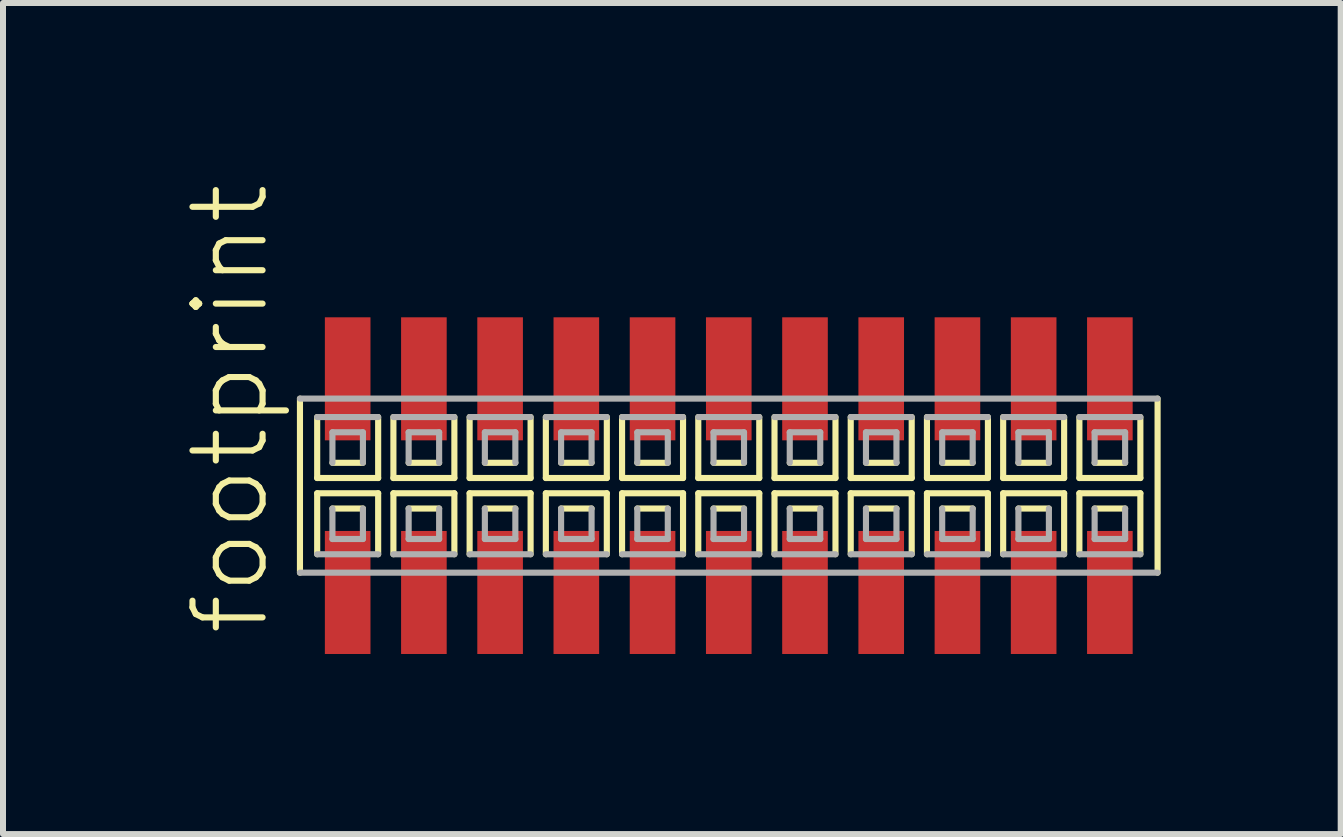
<source format=kicad_pcb>
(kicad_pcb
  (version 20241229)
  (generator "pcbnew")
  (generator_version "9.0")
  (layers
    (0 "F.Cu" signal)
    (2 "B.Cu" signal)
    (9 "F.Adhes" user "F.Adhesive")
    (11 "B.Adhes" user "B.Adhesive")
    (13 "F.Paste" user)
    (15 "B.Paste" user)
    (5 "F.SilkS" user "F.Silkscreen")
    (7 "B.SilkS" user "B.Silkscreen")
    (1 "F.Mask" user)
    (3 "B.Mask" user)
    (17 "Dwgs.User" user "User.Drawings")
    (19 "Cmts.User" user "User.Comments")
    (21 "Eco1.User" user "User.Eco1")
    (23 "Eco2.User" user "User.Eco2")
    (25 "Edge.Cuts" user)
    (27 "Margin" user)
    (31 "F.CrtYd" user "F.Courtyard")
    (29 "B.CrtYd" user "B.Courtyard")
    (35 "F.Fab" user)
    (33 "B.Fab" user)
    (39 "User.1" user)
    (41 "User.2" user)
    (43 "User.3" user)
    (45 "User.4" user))
  (footprint "footprint"
    (layer "F.Cu")
    (at 9.093 5.042)
    (property "Reference" "footprint" (at -7.62 2.54 90) (layer "F.SilkS") (effects (font (size 1.168 1.168) (thickness 0.102)) (justify left bottom)))
    (fp_line (start -7.145 -1.45) (end -7.145 1.45) (stroke (width 0.102) (type solid)) (layer "F.SilkS"))
    (fp_line (start -6.858 -1.143) (end -6.858 -0.127) (stroke (width 0.102) (type solid)) (layer "F.SilkS"))
    (fp_line (start -6.858 -0.127) (end -5.842 -0.127) (stroke (width 0.102) (type solid)) (layer "F.SilkS"))
    (fp_line (start -6.858 0.127) (end -6.858 1.143) (stroke (width 0.102) (type solid)) (layer "F.SilkS"))
    (fp_line (start -6.604 -0.381) (end -6.096 -0.381) (stroke (width 0.102) (type solid)) (layer "F.SilkS"))
    (fp_line (start -6.096 0.381) (end -6.604 0.381) (stroke (width 0.102) (type solid)) (layer "F.SilkS"))
    (fp_line (start -5.842 -0.127) (end -5.842 -1.143) (stroke (width 0.102) (type solid)) (layer "F.SilkS"))
    (fp_line (start -5.842 0.127) (end -6.858 0.127) (stroke (width 0.102) (type solid)) (layer "F.SilkS"))
    (fp_line (start -5.842 1.143) (end -5.842 0.127) (stroke (width 0.102) (type solid)) (layer "F.SilkS"))
    (fp_line (start -5.588 -1.143) (end -5.588 -0.127) (stroke (width 0.102) (type solid)) (layer "F.SilkS"))
    (fp_line (start -5.588 -0.127) (end -4.572 -0.127) (stroke (width 0.102) (type solid)) (layer "F.SilkS"))
    (fp_line (start -5.588 0.127) (end -5.588 1.143) (stroke (width 0.102) (type solid)) (layer "F.SilkS"))
    (fp_line (start -5.334 -0.381) (end -4.826 -0.381) (stroke (width 0.102) (type solid)) (layer "F.SilkS"))
    (fp_line (start -4.826 0.381) (end -5.334 0.381) (stroke (width 0.102) (type solid)) (layer "F.SilkS"))
    (fp_line (start -4.572 -0.127) (end -4.572 -1.143) (stroke (width 0.102) (type solid)) (layer "F.SilkS"))
    (fp_line (start -4.572 0.127) (end -5.588 0.127) (stroke (width 0.102) (type solid)) (layer "F.SilkS"))
    (fp_line (start -4.572 1.143) (end -4.572 0.127) (stroke (width 0.102) (type solid)) (layer "F.SilkS"))
    (fp_line (start -4.318 -1.143) (end -4.318 -0.127) (stroke (width 0.102) (type solid)) (layer "F.SilkS"))
    (fp_line (start -4.318 -0.127) (end -3.302 -0.127) (stroke (width 0.102) (type solid)) (layer "F.SilkS"))
    (fp_line (start -4.318 0.127) (end -4.318 1.143) (stroke (width 0.102) (type solid)) (layer "F.SilkS"))
    (fp_line (start -4.064 -0.381) (end -3.556 -0.381) (stroke (width 0.102) (type solid)) (layer "F.SilkS"))
    (fp_line (start -3.556 0.381) (end -4.064 0.381) (stroke (width 0.102) (type solid)) (layer "F.SilkS"))
    (fp_line (start -3.302 -0.127) (end -3.302 -1.143) (stroke (width 0.102) (type solid)) (layer "F.SilkS"))
    (fp_line (start -3.302 0.127) (end -4.318 0.127) (stroke (width 0.102) (type solid)) (layer "F.SilkS"))
    (fp_line (start -3.302 1.143) (end -3.302 0.127) (stroke (width 0.102) (type solid)) (layer "F.SilkS"))
    (fp_line (start -3.048 -1.143) (end -3.048 -0.127) (stroke (width 0.102) (type solid)) (layer "F.SilkS"))
    (fp_line (start -3.048 -0.127) (end -2.032 -0.127) (stroke (width 0.102) (type solid)) (layer "F.SilkS"))
    (fp_line (start -3.048 0.127) (end -3.048 1.143) (stroke (width 0.102) (type solid)) (layer "F.SilkS"))
    (fp_line (start -2.794 -0.381) (end -2.286 -0.381) (stroke (width 0.102) (type solid)) (layer "F.SilkS"))
    (fp_line (start -2.286 0.381) (end -2.794 0.381) (stroke (width 0.102) (type solid)) (layer "F.SilkS"))
    (fp_line (start -2.032 -0.127) (end -2.032 -1.143) (stroke (width 0.102) (type solid)) (layer "F.SilkS"))
    (fp_line (start -2.032 0.127) (end -3.048 0.127) (stroke (width 0.102) (type solid)) (layer "F.SilkS"))
    (fp_line (start -2.032 1.143) (end -2.032 0.127) (stroke (width 0.102) (type solid)) (layer "F.SilkS"))
    (fp_line (start -1.778 -1.143) (end -1.778 -0.127) (stroke (width 0.102) (type solid)) (layer "F.SilkS"))
    (fp_line (start -1.778 -0.127) (end -0.762 -0.127) (stroke (width 0.102) (type solid)) (layer "F.SilkS"))
    (fp_line (start -1.778 0.127) (end -1.778 1.143) (stroke (width 0.102) (type solid)) (layer "F.SilkS"))
    (fp_line (start -1.524 -0.381) (end -1.016 -0.381) (stroke (width 0.102) (type solid)) (layer "F.SilkS"))
    (fp_line (start -1.016 0.381) (end -1.524 0.381) (stroke (width 0.102) (type solid)) (layer "F.SilkS"))
    (fp_line (start -0.762 -0.127) (end -0.762 -1.143) (stroke (width 0.102) (type solid)) (layer "F.SilkS"))
    (fp_line (start -0.762 0.127) (end -1.778 0.127) (stroke (width 0.102) (type solid)) (layer "F.SilkS"))
    (fp_line (start -0.762 1.143) (end -0.762 0.127) (stroke (width 0.102) (type solid)) (layer "F.SilkS"))
    (fp_line (start -0.508 -1.143) (end -0.508 -0.127) (stroke (width 0.102) (type solid)) (layer "F.SilkS"))
    (fp_line (start -0.508 -0.127) (end 0.508 -0.127) (stroke (width 0.102) (type solid)) (layer "F.SilkS"))
    (fp_line (start -0.508 0.127) (end -0.508 1.143) (stroke (width 0.102) (type solid)) (layer "F.SilkS"))
    (fp_line (start -0.254 -0.381) (end 0.254 -0.381) (stroke (width 0.102) (type solid)) (layer "F.SilkS"))
    (fp_line (start 0.254 0.381) (end -0.254 0.381) (stroke (width 0.102) (type solid)) (layer "F.SilkS"))
    (fp_line (start 0.508 -0.127) (end 0.508 -1.143) (stroke (width 0.102) (type solid)) (layer "F.SilkS"))
    (fp_line (start 0.508 0.127) (end -0.508 0.127) (stroke (width 0.102) (type solid)) (layer "F.SilkS"))
    (fp_line (start 0.508 1.143) (end 0.508 0.127) (stroke (width 0.102) (type solid)) (layer "F.SilkS"))
    (fp_line (start 0.762 -1.143) (end 0.762 -0.127) (stroke (width 0.102) (type solid)) (layer "F.SilkS"))
    (fp_line (start 0.762 -0.127) (end 1.778 -0.127) (stroke (width 0.102) (type solid)) (layer "F.SilkS"))
    (fp_line (start 0.762 0.127) (end 0.762 1.143) (stroke (width 0.102) (type solid)) (layer "F.SilkS"))
    (fp_line (start 1.016 -0.381) (end 1.524 -0.381) (stroke (width 0.102) (type solid)) (layer "F.SilkS"))
    (fp_line (start 1.524 0.381) (end 1.016 0.381) (stroke (width 0.102) (type solid)) (layer "F.SilkS"))
    (fp_line (start 1.778 -0.127) (end 1.778 -1.143) (stroke (width 0.102) (type solid)) (layer "F.SilkS"))
    (fp_line (start 1.778 0.127) (end 0.762 0.127) (stroke (width 0.102) (type solid)) (layer "F.SilkS"))
    (fp_line (start 1.778 1.143) (end 1.778 0.127) (stroke (width 0.102) (type solid)) (layer "F.SilkS"))
    (fp_line (start 2.032 -1.143) (end 2.032 -0.127) (stroke (width 0.102) (type solid)) (layer "F.SilkS"))
    (fp_line (start 2.032 -0.127) (end 3.048 -0.127) (stroke (width 0.102) (type solid)) (layer "F.SilkS"))
    (fp_line (start 2.032 0.127) (end 2.032 1.143) (stroke (width 0.102) (type solid)) (layer "F.SilkS"))
    (fp_line (start 2.286 -0.381) (end 2.794 -0.381) (stroke (width 0.102) (type solid)) (layer "F.SilkS"))
    (fp_line (start 2.794 0.381) (end 2.286 0.381) (stroke (width 0.102) (type solid)) (layer "F.SilkS"))
    (fp_line (start 3.048 -0.127) (end 3.048 -1.143) (stroke (width 0.102) (type solid)) (layer "F.SilkS"))
    (fp_line (start 3.048 0.127) (end 2.032 0.127) (stroke (width 0.102) (type solid)) (layer "F.SilkS"))
    (fp_line (start 3.048 1.143) (end 3.048 0.127) (stroke (width 0.102) (type solid)) (layer "F.SilkS"))
    (fp_line (start 3.302 -1.143) (end 3.302 -0.127) (stroke (width 0.102) (type solid)) (layer "F.SilkS"))
    (fp_line (start 3.302 -0.127) (end 4.318 -0.127) (stroke (width 0.102) (type solid)) (layer "F.SilkS"))
    (fp_line (start 3.302 0.127) (end 3.302 1.143) (stroke (width 0.102) (type solid)) (layer "F.SilkS"))
    (fp_line (start 3.556 -0.381) (end 4.064 -0.381) (stroke (width 0.102) (type solid)) (layer "F.SilkS"))
    (fp_line (start 4.064 0.381) (end 3.556 0.381) (stroke (width 0.102) (type solid)) (layer "F.SilkS"))
    (fp_line (start 4.318 -0.127) (end 4.318 -1.143) (stroke (width 0.102) (type solid)) (layer "F.SilkS"))
    (fp_line (start 4.318 0.127) (end 3.302 0.127) (stroke (width 0.102) (type solid)) (layer "F.SilkS"))
    (fp_line (start 4.318 1.143) (end 4.318 0.127) (stroke (width 0.102) (type solid)) (layer "F.SilkS"))
    (fp_line (start 4.572 -1.143) (end 4.572 -0.127) (stroke (width 0.102) (type solid)) (layer "F.SilkS"))
    (fp_line (start 4.572 -0.127) (end 5.588 -0.127) (stroke (width 0.102) (type solid)) (layer "F.SilkS"))
    (fp_line (start 4.572 0.127) (end 4.572 1.143) (stroke (width 0.102) (type solid)) (layer "F.SilkS"))
    (fp_line (start 4.826 -0.381) (end 5.334 -0.381) (stroke (width 0.102) (type solid)) (layer "F.SilkS"))
    (fp_line (start 5.334 0.381) (end 4.826 0.381) (stroke (width 0.102) (type solid)) (layer "F.SilkS"))
    (fp_line (start 5.588 -0.127) (end 5.588 -1.143) (stroke (width 0.102) (type solid)) (layer "F.SilkS"))
    (fp_line (start 5.588 0.127) (end 4.572 0.127) (stroke (width 0.102) (type solid)) (layer "F.SilkS"))
    (fp_line (start 5.588 1.143) (end 5.588 0.127) (stroke (width 0.102) (type solid)) (layer "F.SilkS"))
    (fp_line (start 5.842 -1.143) (end 5.842 -0.127) (stroke (width 0.102) (type solid)) (layer "F.SilkS"))
    (fp_line (start 5.842 -0.127) (end 6.858 -0.127) (stroke (width 0.102) (type solid)) (layer "F.SilkS"))
    (fp_line (start 5.842 0.127) (end 5.842 1.143) (stroke (width 0.102) (type solid)) (layer "F.SilkS"))
    (fp_line (start 6.096 -0.381) (end 6.604 -0.381) (stroke (width 0.102) (type solid)) (layer "F.SilkS"))
    (fp_line (start 6.604 0.381) (end 6.096 0.381) (stroke (width 0.102) (type solid)) (layer "F.SilkS"))
    (fp_line (start 6.858 -0.127) (end 6.858 -1.143) (stroke (width 0.102) (type solid)) (layer "F.SilkS"))
    (fp_line (start 6.858 0.127) (end 5.842 0.127) (stroke (width 0.102) (type solid)) (layer "F.SilkS"))
    (fp_line (start 6.858 1.143) (end 6.858 0.127) (stroke (width 0.102) (type solid)) (layer "F.SilkS"))
    (fp_line (start 7.145 1.45) (end 7.145 -1.45) (stroke (width 0.102) (type solid)) (layer "F.SilkS"))
    (fp_line (start -7.145 1.45) (end 7.145 1.45) (stroke (width 0.102) (type solid)) (layer "F.Fab"))
    (fp_line (start -6.858 1.143) (end -5.842 1.143) (stroke (width 0.102) (type solid)) (layer "F.Fab"))
    (fp_line (start -6.604 -0.889) (end -6.604 -0.381) (stroke (width 0.102) (type solid)) (layer "F.Fab"))
    (fp_line (start -6.604 0.381) (end -6.604 0.889) (stroke (width 0.102) (type solid)) (layer "F.Fab"))
    (fp_line (start -6.604 0.889) (end -6.096 0.889) (stroke (width 0.102) (type solid)) (layer "F.Fab"))
    (fp_line (start -6.096 -0.889) (end -6.604 -0.889) (stroke (width 0.102) (type solid)) (layer "F.Fab"))
    (fp_line (start -6.096 -0.381) (end -6.096 -0.889) (stroke (width 0.102) (type solid)) (layer "F.Fab"))
    (fp_line (start -6.096 0.889) (end -6.096 0.381) (stroke (width 0.102) (type solid)) (layer "F.Fab"))
    (fp_line (start -5.842 -1.143) (end -6.858 -1.143) (stroke (width 0.102) (type solid)) (layer "F.Fab"))
    (fp_line (start -5.588 1.143) (end -4.572 1.143) (stroke (width 0.102) (type solid)) (layer "F.Fab"))
    (fp_line (start -5.334 -0.889) (end -5.334 -0.381) (stroke (width 0.102) (type solid)) (layer "F.Fab"))
    (fp_line (start -5.334 0.381) (end -5.334 0.889) (stroke (width 0.102) (type solid)) (layer "F.Fab"))
    (fp_line (start -5.334 0.889) (end -4.826 0.889) (stroke (width 0.102) (type solid)) (layer "F.Fab"))
    (fp_line (start -4.826 -0.889) (end -5.334 -0.889) (stroke (width 0.102) (type solid)) (layer "F.Fab"))
    (fp_line (start -4.826 -0.381) (end -4.826 -0.889) (stroke (width 0.102) (type solid)) (layer "F.Fab"))
    (fp_line (start -4.826 0.889) (end -4.826 0.381) (stroke (width 0.102) (type solid)) (layer "F.Fab"))
    (fp_line (start -4.572 -1.143) (end -5.588 -1.143) (stroke (width 0.102) (type solid)) (layer "F.Fab"))
    (fp_line (start -4.318 1.143) (end -3.302 1.143) (stroke (width 0.102) (type solid)) (layer "F.Fab"))
    (fp_line (start -4.064 -0.889) (end -4.064 -0.381) (stroke (width 0.102) (type solid)) (layer "F.Fab"))
    (fp_line (start -4.064 0.381) (end -4.064 0.889) (stroke (width 0.102) (type solid)) (layer "F.Fab"))
    (fp_line (start -4.064 0.889) (end -3.556 0.889) (stroke (width 0.102) (type solid)) (layer "F.Fab"))
    (fp_line (start -3.556 -0.889) (end -4.064 -0.889) (stroke (width 0.102) (type solid)) (layer "F.Fab"))
    (fp_line (start -3.556 -0.381) (end -3.556 -0.889) (stroke (width 0.102) (type solid)) (layer "F.Fab"))
    (fp_line (start -3.556 0.889) (end -3.556 0.381) (stroke (width 0.102) (type solid)) (layer "F.Fab"))
    (fp_line (start -3.302 -1.143) (end -4.318 -1.143) (stroke (width 0.102) (type solid)) (layer "F.Fab"))
    (fp_line (start -3.048 1.143) (end -2.032 1.143) (stroke (width 0.102) (type solid)) (layer "F.Fab"))
    (fp_line (start -2.794 -0.889) (end -2.794 -0.381) (stroke (width 0.102) (type solid)) (layer "F.Fab"))
    (fp_line (start -2.794 0.381) (end -2.794 0.889) (stroke (width 0.102) (type solid)) (layer "F.Fab"))
    (fp_line (start -2.794 0.889) (end -2.286 0.889) (stroke (width 0.102) (type solid)) (layer "F.Fab"))
    (fp_line (start -2.286 -0.889) (end -2.794 -0.889) (stroke (width 0.102) (type solid)) (layer "F.Fab"))
    (fp_line (start -2.286 -0.381) (end -2.286 -0.889) (stroke (width 0.102) (type solid)) (layer "F.Fab"))
    (fp_line (start -2.286 0.889) (end -2.286 0.381) (stroke (width 0.102) (type solid)) (layer "F.Fab"))
    (fp_line (start -2.032 -1.143) (end -3.048 -1.143) (stroke (width 0.102) (type solid)) (layer "F.Fab"))
    (fp_line (start -1.778 1.143) (end -0.762 1.143) (stroke (width 0.102) (type solid)) (layer "F.Fab"))
    (fp_line (start -1.524 -0.889) (end -1.524 -0.381) (stroke (width 0.102) (type solid)) (layer "F.Fab"))
    (fp_line (start -1.524 0.381) (end -1.524 0.889) (stroke (width 0.102) (type solid)) (layer "F.Fab"))
    (fp_line (start -1.524 0.889) (end -1.016 0.889) (stroke (width 0.102) (type solid)) (layer "F.Fab"))
    (fp_line (start -1.016 -0.889) (end -1.524 -0.889) (stroke (width 0.102) (type solid)) (layer "F.Fab"))
    (fp_line (start -1.016 -0.381) (end -1.016 -0.889) (stroke (width 0.102) (type solid)) (layer "F.Fab"))
    (fp_line (start -1.016 0.889) (end -1.016 0.381) (stroke (width 0.102) (type solid)) (layer "F.Fab"))
    (fp_line (start -0.762 -1.143) (end -1.778 -1.143) (stroke (width 0.102) (type solid)) (layer "F.Fab"))
    (fp_line (start -0.508 1.143) (end 0.508 1.143) (stroke (width 0.102) (type solid)) (layer "F.Fab"))
    (fp_line (start -0.254 -0.889) (end -0.254 -0.381) (stroke (width 0.102) (type solid)) (layer "F.Fab"))
    (fp_line (start -0.254 0.381) (end -0.254 0.889) (stroke (width 0.102) (type solid)) (layer "F.Fab"))
    (fp_line (start -0.254 0.889) (end 0.254 0.889) (stroke (width 0.102) (type solid)) (layer "F.Fab"))
    (fp_line (start 0.254 -0.889) (end -0.254 -0.889) (stroke (width 0.102) (type solid)) (layer "F.Fab"))
    (fp_line (start 0.254 -0.381) (end 0.254 -0.889) (stroke (width 0.102) (type solid)) (layer "F.Fab"))
    (fp_line (start 0.254 0.889) (end 0.254 0.381) (stroke (width 0.102) (type solid)) (layer "F.Fab"))
    (fp_line (start 0.508 -1.143) (end -0.508 -1.143) (stroke (width 0.102) (type solid)) (layer "F.Fab"))
    (fp_line (start 0.762 1.143) (end 1.778 1.143) (stroke (width 0.102) (type solid)) (layer "F.Fab"))
    (fp_line (start 1.016 -0.889) (end 1.016 -0.381) (stroke (width 0.102) (type solid)) (layer "F.Fab"))
    (fp_line (start 1.016 0.381) (end 1.016 0.889) (stroke (width 0.102) (type solid)) (layer "F.Fab"))
    (fp_line (start 1.016 0.889) (end 1.524 0.889) (stroke (width 0.102) (type solid)) (layer "F.Fab"))
    (fp_line (start 1.524 -0.889) (end 1.016 -0.889) (stroke (width 0.102) (type solid)) (layer "F.Fab"))
    (fp_line (start 1.524 -0.381) (end 1.524 -0.889) (stroke (width 0.102) (type solid)) (layer "F.Fab"))
    (fp_line (start 1.524 0.889) (end 1.524 0.381) (stroke (width 0.102) (type solid)) (layer "F.Fab"))
    (fp_line (start 1.778 -1.143) (end 0.762 -1.143) (stroke (width 0.102) (type solid)) (layer "F.Fab"))
    (fp_line (start 2.032 1.143) (end 3.048 1.143) (stroke (width 0.102) (type solid)) (layer "F.Fab"))
    (fp_line (start 2.286 -0.889) (end 2.286 -0.381) (stroke (width 0.102) (type solid)) (layer "F.Fab"))
    (fp_line (start 2.286 0.381) (end 2.286 0.889) (stroke (width 0.102) (type solid)) (layer "F.Fab"))
    (fp_line (start 2.286 0.889) (end 2.794 0.889) (stroke (width 0.102) (type solid)) (layer "F.Fab"))
    (fp_line (start 2.794 -0.889) (end 2.286 -0.889) (stroke (width 0.102) (type solid)) (layer "F.Fab"))
    (fp_line (start 2.794 -0.381) (end 2.794 -0.889) (stroke (width 0.102) (type solid)) (layer "F.Fab"))
    (fp_line (start 2.794 0.889) (end 2.794 0.381) (stroke (width 0.102) (type solid)) (layer "F.Fab"))
    (fp_line (start 3.048 -1.143) (end 2.032 -1.143) (stroke (width 0.102) (type solid)) (layer "F.Fab"))
    (fp_line (start 3.302 1.143) (end 4.318 1.143) (stroke (width 0.102) (type solid)) (layer "F.Fab"))
    (fp_line (start 3.556 -0.889) (end 3.556 -0.381) (stroke (width 0.102) (type solid)) (layer "F.Fab"))
    (fp_line (start 3.556 0.381) (end 3.556 0.889) (stroke (width 0.102) (type solid)) (layer "F.Fab"))
    (fp_line (start 3.556 0.889) (end 4.064 0.889) (stroke (width 0.102) (type solid)) (layer "F.Fab"))
    (fp_line (start 4.064 -0.889) (end 3.556 -0.889) (stroke (width 0.102) (type solid)) (layer "F.Fab"))
    (fp_line (start 4.064 -0.381) (end 4.064 -0.889) (stroke (width 0.102) (type solid)) (layer "F.Fab"))
    (fp_line (start 4.064 0.889) (end 4.064 0.381) (stroke (width 0.102) (type solid)) (layer "F.Fab"))
    (fp_line (start 4.318 -1.143) (end 3.302 -1.143) (stroke (width 0.102) (type solid)) (layer "F.Fab"))
    (fp_line (start 4.572 1.143) (end 5.588 1.143) (stroke (width 0.102) (type solid)) (layer "F.Fab"))
    (fp_line (start 4.826 -0.889) (end 4.826 -0.381) (stroke (width 0.102) (type solid)) (layer "F.Fab"))
    (fp_line (start 4.826 0.381) (end 4.826 0.889) (stroke (width 0.102) (type solid)) (layer "F.Fab"))
    (fp_line (start 4.826 0.889) (end 5.334 0.889) (stroke (width 0.102) (type solid)) (layer "F.Fab"))
    (fp_line (start 5.334 -0.889) (end 4.826 -0.889) (stroke (width 0.102) (type solid)) (layer "F.Fab"))
    (fp_line (start 5.334 -0.381) (end 5.334 -0.889) (stroke (width 0.102) (type solid)) (layer "F.Fab"))
    (fp_line (start 5.334 0.889) (end 5.334 0.381) (stroke (width 0.102) (type solid)) (layer "F.Fab"))
    (fp_line (start 5.588 -1.143) (end 4.572 -1.143) (stroke (width 0.102) (type solid)) (layer "F.Fab"))
    (fp_line (start 5.842 1.143) (end 6.858 1.143) (stroke (width 0.102) (type solid)) (layer "F.Fab"))
    (fp_line (start 6.096 -0.889) (end 6.096 -0.381) (stroke (width 0.102) (type solid)) (layer "F.Fab"))
    (fp_line (start 6.096 0.381) (end 6.096 0.889) (stroke (width 0.102) (type solid)) (layer "F.Fab"))
    (fp_line (start 6.096 0.889) (end 6.604 0.889) (stroke (width 0.102) (type solid)) (layer "F.Fab"))
    (fp_line (start 6.604 -0.889) (end 6.096 -0.889) (stroke (width 0.102) (type solid)) (layer "F.Fab"))
    (fp_line (start 6.604 -0.381) (end 6.604 -0.889) (stroke (width 0.102) (type solid)) (layer "F.Fab"))
    (fp_line (start 6.604 0.889) (end 6.604 0.381) (stroke (width 0.102) (type solid)) (layer "F.Fab"))
    (fp_line (start 6.858 -1.143) (end 5.842 -1.143) (stroke (width 0.102) (type solid)) (layer "F.Fab"))
    (fp_line (start 7.145 -1.45) (end -7.145 -1.45) (stroke (width 0.102) (type solid)) (layer "F.Fab"))
    (pad "1" smd rect (at -6.35 1.78) (size 0.76 2.05) (layers "F.Cu" "F.Mask" "F.Paste"))
    (pad "2" smd rect (at -6.35 -1.78) (size 0.76 2.05) (layers "F.Cu" "F.Mask" "F.Paste"))
    (pad "3" smd rect (at -5.08 1.78) (size 0.76 2.05) (layers "F.Cu" "F.Mask" "F.Paste"))
    (pad "4" smd rect (at -5.08 -1.78) (size 0.76 2.05) (layers "F.Cu" "F.Mask" "F.Paste"))
    (pad "5" smd rect (at -3.81 1.78) (size 0.76 2.05) (layers "F.Cu" "F.Mask" "F.Paste"))
    (pad "6" smd rect (at -3.81 -1.78) (size 0.76 2.05) (layers "F.Cu" "F.Mask" "F.Paste"))
    (pad "7" smd rect (at -2.54 1.78) (size 0.76 2.05) (layers "F.Cu" "F.Mask" "F.Paste"))
    (pad "8" smd rect (at -2.54 -1.78) (size 0.76 2.05) (layers "F.Cu" "F.Mask" "F.Paste"))
    (pad "9" smd rect (at -1.27 1.78) (size 0.76 2.05) (layers "F.Cu" "F.Mask" "F.Paste"))
    (pad "10" smd rect (at -1.27 -1.78) (size 0.76 2.05) (layers "F.Cu" "F.Mask" "F.Paste"))
    (pad "11" smd rect (at 0 1.78) (size 0.76 2.05) (layers "F.Cu" "F.Mask" "F.Paste"))
    (pad "12" smd rect (at 0 -1.78) (size 0.76 2.05) (layers "F.Cu" "F.Mask" "F.Paste"))
    (pad "13" smd rect (at 1.27 1.78) (size 0.76 2.05) (layers "F.Cu" "F.Mask" "F.Paste"))
    (pad "14" smd rect (at 1.27 -1.78) (size 0.76 2.05) (layers "F.Cu" "F.Mask" "F.Paste"))
    (pad "15" smd rect (at 2.54 1.78) (size 0.76 2.05) (layers "F.Cu" "F.Mask" "F.Paste"))
    (pad "16" smd rect (at 2.54 -1.78) (size 0.76 2.05) (layers "F.Cu" "F.Mask" "F.Paste"))
    (pad "17" smd rect (at 3.81 1.78) (size 0.76 2.05) (layers "F.Cu" "F.Mask" "F.Paste"))
    (pad "18" smd rect (at 3.81 -1.78) (size 0.76 2.05) (layers "F.Cu" "F.Mask" "F.Paste"))
    (pad "19" smd rect (at 5.08 1.78) (size 0.76 2.05) (layers "F.Cu" "F.Mask" "F.Paste"))
    (pad "20" smd rect (at 5.08 -1.78) (size 0.76 2.05) (layers "F.Cu" "F.Mask" "F.Paste"))
    (pad "21" smd rect (at 6.35 1.78) (size 0.76 2.05) (layers "F.Cu" "F.Mask" "F.Paste"))
    (pad "22" smd rect (at 6.35 -1.78) (size 0.76 2.05) (layers "F.Cu" "F.Mask" "F.Paste")))
  (gr_rect
    (start -3 -3)
    (end 19.289 10.847)
    (stroke (width 0.1) (type default))
    (fill no)
    (layer "Edge.Cuts")))
</source>
